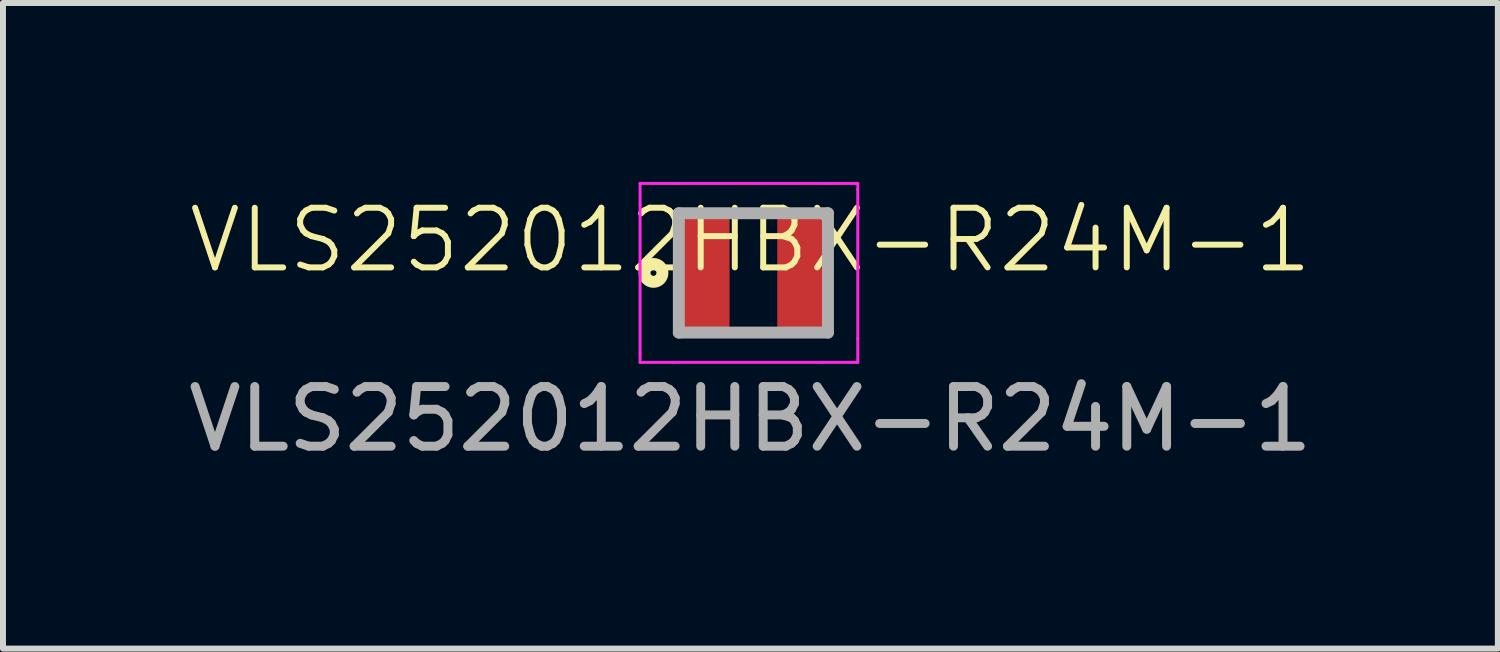
<source format=kicad_pcb>
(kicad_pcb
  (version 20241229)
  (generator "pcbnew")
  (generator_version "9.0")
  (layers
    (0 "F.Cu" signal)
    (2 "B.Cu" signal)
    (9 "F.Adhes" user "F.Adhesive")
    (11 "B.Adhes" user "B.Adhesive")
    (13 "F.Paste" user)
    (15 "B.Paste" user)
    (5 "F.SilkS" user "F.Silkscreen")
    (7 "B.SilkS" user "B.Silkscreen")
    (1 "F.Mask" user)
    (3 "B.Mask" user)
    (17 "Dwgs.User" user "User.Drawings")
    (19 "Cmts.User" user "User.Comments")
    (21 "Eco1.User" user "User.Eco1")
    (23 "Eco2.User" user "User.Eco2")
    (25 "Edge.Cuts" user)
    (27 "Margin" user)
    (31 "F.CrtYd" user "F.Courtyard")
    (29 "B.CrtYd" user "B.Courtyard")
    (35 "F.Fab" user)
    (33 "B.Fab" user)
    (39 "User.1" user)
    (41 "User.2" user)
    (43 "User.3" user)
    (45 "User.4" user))
  (footprint "VLS252012HBX-R24M-1"
    (layer "F.Cu")
    (at 9.53 1.475)
    (property "Reference" "VLS252012HBX-R24M-1" (at 0 -0.5 0) (unlocked yes) (layer "F.SilkS") (effects (font (size 1 1) (thickness 0.1))))
    (attr smd)
    (fp_circle (center -1.625 0.05) (end -1.625 0.1) (stroke (width 0.2) (type solid)) (fill no) (layer "F.SilkS"))
    (fp_line (start -1.85 -1.45) (end -1.85 -1.1) (stroke (width 0.05) (type default)) (layer "F.CrtYd"))
    (fp_line (start -1.85 1.4) (end -1.85 -1.1) (stroke (width 0.05) (type solid)) (layer "F.CrtYd"))
    (fp_line (start -1.85 1.55) (end -1.85 1.4) (stroke (width 0.05) (type default)) (layer "F.CrtYd"))
    (fp_line (start -1.3 1.55) (end -1.85 1.55) (stroke (width 0.05) (type default)) (layer "F.CrtYd"))
    (fp_line (start -1.25 -1.45) (end -1.85 -1.45) (stroke (width 0.05) (type default)) (layer "F.CrtYd"))
    (fp_line (start -1.25 -1.45) (end 1.25 -1.45) (stroke (width 0.05) (type solid)) (layer "F.CrtYd"))
    (fp_line (start 1.2 1.55) (end -1.3 1.55) (stroke (width 0.05) (type solid)) (layer "F.CrtYd"))
    (fp_line (start 1.2 1.55) (end 1.8 1.55) (stroke (width 0.05) (type default)) (layer "F.CrtYd"))
    (fp_line (start 1.8 -1.45) (end 1.25 -1.45) (stroke (width 0.05) (type default)) (layer "F.CrtYd"))
    (fp_line (start 1.8 -1.35) (end 1.8 -1.45) (stroke (width 0.05) (type default)) (layer "F.CrtYd"))
    (fp_line (start 1.8 -1.35) (end 1.8 1.15) (stroke (width 0.05) (type solid)) (layer "F.CrtYd"))
    (fp_line (start 1.8 1.55) (end 1.8 1.15) (stroke (width 0.05) (type default)) (layer "F.CrtYd"))
    (fp_line (start -1.2 -0.95) (end 1.3 -0.95) (stroke (width 0.2) (type solid)) (layer "F.Fab"))
    (fp_line (start -1.2 1.05) (end -1.2 -0.95) (stroke (width 0.2) (type solid)) (layer "F.Fab"))
    (fp_line (start 1.3 -0.95) (end 1.3 1.05) (stroke (width 0.2) (type solid)) (layer "F.Fab"))
    (fp_line (start 1.3 1.05) (end -1.2 1.05) (stroke (width 0.2) (type solid)) (layer "F.Fab"))
    (fp_text user "${REFERENCE}" (at 0 2.5 0) (unlocked yes) (layer "F.Fab") (effects (font (size 1 1) (thickness 0.15))))
    (pad "1" smd rect (at -0.775 0.05) (size 0.85 2) (layers "F.Cu" "F.Mask" "F.Paste"))
    (pad "2" smd rect (at 0.875 0.05) (size 0.85 2) (layers "F.Cu" "F.Mask" "F.Paste")))
  (gr_rect
    (start -3 -3)
    (end 22.06 7.823)
    (stroke (width 0.1) (type default))
    (fill no)
    (layer "Edge.Cuts")))
</source>
